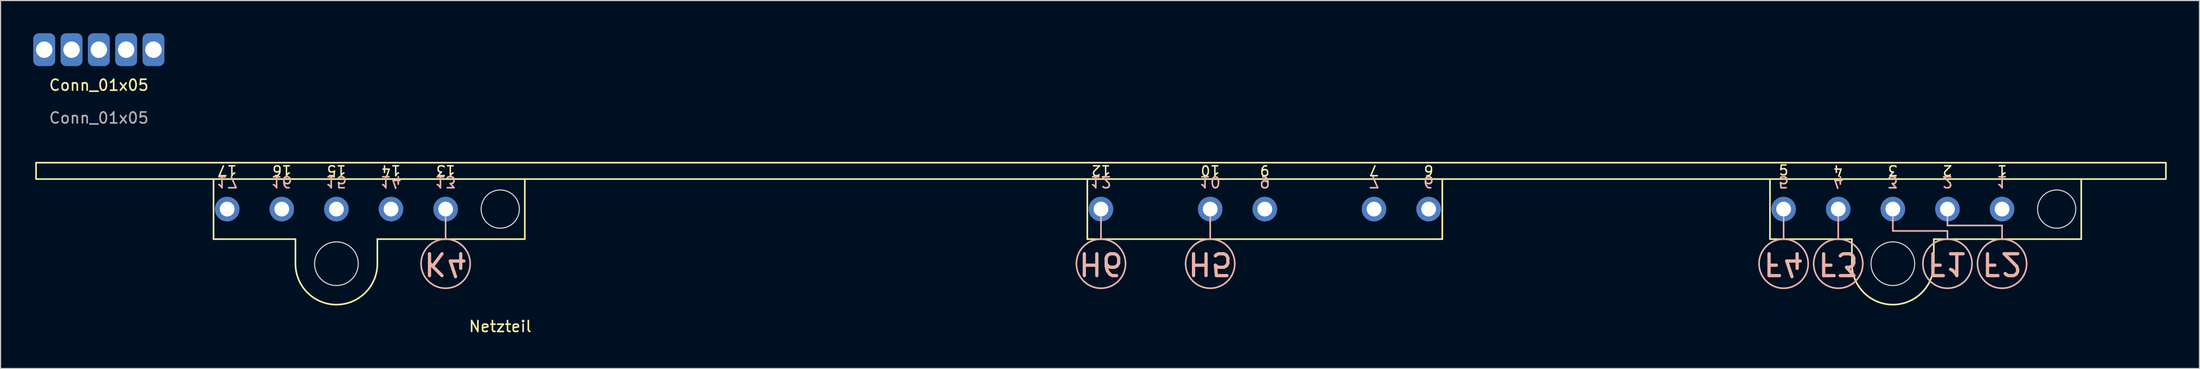
<source format=kicad_pcb>
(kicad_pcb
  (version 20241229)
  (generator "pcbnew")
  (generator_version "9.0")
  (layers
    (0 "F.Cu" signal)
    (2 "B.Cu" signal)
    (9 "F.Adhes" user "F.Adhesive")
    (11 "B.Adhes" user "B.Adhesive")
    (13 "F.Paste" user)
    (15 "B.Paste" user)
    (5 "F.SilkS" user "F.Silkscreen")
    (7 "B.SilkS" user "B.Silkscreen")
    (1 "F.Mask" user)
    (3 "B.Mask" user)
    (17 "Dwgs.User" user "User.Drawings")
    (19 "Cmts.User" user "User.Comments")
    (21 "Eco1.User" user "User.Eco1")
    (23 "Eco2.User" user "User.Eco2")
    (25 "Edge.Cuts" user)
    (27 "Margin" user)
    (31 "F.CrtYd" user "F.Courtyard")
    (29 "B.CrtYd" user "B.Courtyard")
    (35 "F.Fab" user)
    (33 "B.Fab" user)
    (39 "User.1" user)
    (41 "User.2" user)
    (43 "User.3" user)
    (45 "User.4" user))
  (footprint "Netzteil"
    (layer "F.Cu")
    (at 0.25 11.848)
    (property "Reference" "Netzteil" (at 42.5 15 0) (unlocked yes) (layer "F.SilkS") (effects (font (size 1 1) (thickness 0.15))))
    (attr through_hole)
    (fp_line (start 16.25 7) (end 16.25 1.5) (stroke (width 0.15) (type default)) (layer "F.SilkS"))
    (fp_line (start 23.75 7) (end 16.25 7) (stroke (width 0.15) (type default)) (layer "F.SilkS"))
    (fp_line (start 23.75 7) (end 23.75 9.25) (stroke (width 0.15) (type default)) (layer "F.SilkS"))
    (fp_line (start 31.25 7) (end 31.25 9.25) (stroke (width 0.15) (type default)) (layer "F.SilkS"))
    (fp_line (start 44.75 1.5) (end 44.75 7) (stroke (width 0.15) (type default)) (layer "F.SilkS"))
    (fp_line (start 44.75 7) (end 31.25 7) (stroke (width 0.15) (type default)) (layer "F.SilkS"))
    (fp_line (start 96.25 7) (end 96.25 1.5) (stroke (width 0.15) (type default)) (layer "F.SilkS"))
    (fp_line (start 128.75 1.5) (end 128.75 7) (stroke (width 0.15) (type default)) (layer "F.SilkS"))
    (fp_line (start 128.75 7) (end 96.25 7) (stroke (width 0.15) (type default)) (layer "F.SilkS"))
    (fp_line (start 158.75 7) (end 158.75 1.5) (stroke (width 0.15) (type default)) (layer "F.SilkS"))
    (fp_line (start 166.25 7) (end 158.75 7) (stroke (width 0.15) (type default)) (layer "F.SilkS"))
    (fp_line (start 166.25 7) (end 166.25 9.25) (stroke (width 0.15) (type default)) (layer "F.SilkS"))
    (fp_line (start 173.75 7) (end 173.75 9.25) (stroke (width 0.15) (type default)) (layer "F.SilkS"))
    (fp_line (start 187.25 1.5) (end 187.25 7) (stroke (width 0.15) (type default)) (layer "F.SilkS"))
    (fp_line (start 187.25 7) (end 173.75 7) (stroke (width 0.15) (type default)) (layer "F.SilkS"))
    (fp_rect (start 195 0) (end 0 1.5) (stroke (width 0.15) (type default)) (fill no) (layer "F.SilkS"))
    (fp_arc (start 31.25 9.25) (mid 27.5 13) (end 23.75 9.25) (stroke (width 0.15) (type default)) (layer "F.SilkS"))
    (fp_arc (start 173.75 9.25) (mid 170 13) (end 166.25 9.25) (stroke (width 0.15) (type default)) (layer "F.SilkS"))
    (fp_line (start 37.5 7) (end 37.5 5) (stroke (width 0.15) (type default)) (layer "B.SilkS"))
    (fp_line (start 97.5 7) (end 97.5 5) (stroke (width 0.15) (type default)) (layer "B.SilkS"))
    (fp_line (start 107.5 7) (end 107.5 5) (stroke (width 0.15) (type default)) (layer "B.SilkS"))
    (fp_line (start 160 7) (end 160 5) (stroke (width 0.15) (type default)) (layer "B.SilkS"))
    (fp_line (start 165 7) (end 165 5) (stroke (width 0.15) (type default)) (layer "B.SilkS"))
    (fp_line (start 170 6.25) (end 170 5) (stroke (width 0.15) (type default)) (layer "B.SilkS"))
    (fp_line (start 170 6.25) (end 175 6.25) (stroke (width 0.15) (type default)) (layer "B.SilkS"))
    (fp_line (start 175 5.75) (end 175 5) (stroke (width 0.15) (type default)) (layer "B.SilkS"))
    (fp_line (start 175 5.75) (end 180 5.75) (stroke (width 0.15) (type default)) (layer "B.SilkS"))
    (fp_line (start 175 7) (end 175 6.25) (stroke (width 0.15) (type default)) (layer "B.SilkS"))
    (fp_line (start 180 7) (end 180 5.75) (stroke (width 0.15) (type default)) (layer "B.SilkS"))
    (fp_circle (center 37.5 9.25) (end 35.25 9.25) (stroke (width 0.15) (type default)) (fill no) (layer "B.SilkS"))
    (fp_circle (center 97.5 9.25) (end 95.25 9.25) (stroke (width 0.15) (type default)) (fill no) (layer "B.SilkS"))
    (fp_circle (center 107.5 9.25) (end 105.25 9.25) (stroke (width 0.15) (type default)) (fill no) (layer "B.SilkS"))
    (fp_circle (center 160 9.25) (end 157.75 9.25) (stroke (width 0.15) (type default)) (fill no) (layer "B.SilkS"))
    (fp_circle (center 165 9.25) (end 162.75 9.25) (stroke (width 0.15) (type default)) (fill no) (layer "B.SilkS"))
    (fp_circle (center 175 9.25) (end 172.75 9.25) (stroke (width 0.15) (type default)) (fill no) (layer "B.SilkS"))
    (fp_circle (center 180 9.25) (end 177.75 9.25) (stroke (width 0.15) (type default)) (fill no) (layer "B.SilkS"))
    (fp_circle (center 27.5 9.25) (end 29.5 9.25) (stroke (width 0.1) (type default)) (fill no) (layer "Edge.Cuts"))
    (fp_circle (center 42.5 4.25) (end 44.25 4.25) (stroke (width 0.1) (type default)) (fill no) (layer "Edge.Cuts"))
    (fp_circle (center 170 9.25) (end 172 9.25) (stroke (width 0.1) (type default)) (fill no) (layer "Edge.Cuts"))
    (fp_circle (center 185 4.25) (end 186.75 4.25) (stroke (width 0.1) (type default)) (fill no) (layer "Edge.Cuts"))
    (fp_text user "7" (at 122.5 0.7 180) (unlocked yes) (layer "F.SilkS") (effects (font (size 0.9 0.9) (thickness 0.135))))
    (fp_text user "13" (at 37.5 0.7 180) (unlocked yes) (layer "F.SilkS") (effects (font (size 0.9 0.9) (thickness 0.135))))
    (fp_text user "4" (at 165 0.7 180) (unlocked yes) (layer "F.SilkS") (effects (font (size 0.9 0.9) (thickness 0.135))))
    (fp_text user "5" (at 160 0.7 0) (unlocked yes) (layer "F.SilkS") (effects (font (size 0.9 0.9) (thickness 0.135))))
    (fp_text user "12" (at 97.5 0.7 180) (unlocked yes) (layer "F.SilkS") (effects (font (size 0.9 0.9) (thickness 0.135))))
    (fp_text user "10" (at 107.5 0.7 180) (unlocked yes) (layer "F.SilkS") (effects (font (size 0.9 0.9) (thickness 0.135))))
    (fp_text user "17" (at 17.5 0.7 180) (unlocked yes) (layer "F.SilkS") (effects (font (size 0.9 0.9) (thickness 0.135))))
    (fp_text user "3" (at 170 0.7 180) (unlocked yes) (layer "F.SilkS") (effects (font (size 0.9 0.9) (thickness 0.135))))
    (fp_text user "14" (at 32.5 0.7 180) (unlocked yes) (layer "F.SilkS") (effects (font (size 0.9 0.9) (thickness 0.135))))
    (fp_text user "2" (at 175 0.7 180) (unlocked yes) (layer "F.SilkS") (effects (font (size 0.9 0.9) (thickness 0.135))))
    (fp_text user "1" (at 180 0.7 180) (unlocked yes) (layer "F.SilkS") (effects (font (size 0.9 0.9) (thickness 0.135))))
    (fp_text user "6" (at 127.5 0.7 180) (unlocked yes) (layer "F.SilkS") (effects (font (size 0.9 0.9) (thickness 0.135))))
    (fp_text user "16" (at 22.5 0.7 180) (unlocked yes) (layer "F.SilkS") (effects (font (size 0.9 0.9) (thickness 0.135))))
    (fp_text user "9" (at 112.5 0.7 180) (unlocked yes) (layer "F.SilkS") (effects (font (size 0.9 0.9) (thickness 0.135))))
    (fp_text user "15" (at 27.5 0.7 180) (unlocked yes) (layer "F.SilkS") (effects (font (size 0.9 0.9) (thickness 0.135))))
    (fp_text user "14" (at 32.5 1.75 180) (unlocked yes) (layer "B.SilkS") (effects (font (size 1 1) (thickness 0.15)) (justify mirror)))
    (fp_text user "15" (at 27.5 1.75 180) (unlocked yes) (layer "B.SilkS") (effects (font (size 1 1) (thickness 0.15)) (justify mirror)))
    (fp_text user "12" (at 97.5 1.75 180) (unlocked yes) (layer "B.SilkS") (effects (font (size 1 1) (thickness 0.15)) (justify mirror)))
    (fp_text user "F4" (at 160 9.25 180) (unlocked yes) (layer "B.SilkS") (effects (font (size 2 2) (thickness 0.3)) (justify mirror)))
    (fp_text user "F3" (at 165 9.25 180) (unlocked yes) (layer "B.SilkS") (effects (font (size 2 2) (thickness 0.3)) (justify mirror)))
    (fp_text user "9" (at 112.5 1.75 180) (unlocked yes) (layer "B.SilkS") (effects (font (size 1 1) (thickness 0.15)) (justify mirror)))
    (fp_text user "F1" (at 175 9.25 180) (unlocked yes) (layer "B.SilkS") (effects (font (size 2 2) (thickness 0.3)) (justify mirror)))
    (fp_text user "17" (at 17.5 1.75 180) (unlocked yes) (layer "B.SilkS") (effects (font (size 1 1) (thickness 0.15)) (justify mirror)))
    (fp_text user "16" (at 22.5 1.75 180) (unlocked yes) (layer "B.SilkS") (effects (font (size 1 1) (thickness 0.15)) (justify mirror)))
    (fp_text user "13" (at 37.5 1.75 180) (unlocked yes) (layer "B.SilkS") (effects (font (size 1 1) (thickness 0.15)) (justify mirror)))
    (fp_text user "H5" (at 107.5 9.25 180) (unlocked yes) (layer "B.SilkS") (effects (font (size 2 2) (thickness 0.3)) (justify mirror)))
    (fp_text user "3" (at 170 1.75 180) (unlocked yes) (layer "B.SilkS") (effects (font (size 1 1) (thickness 0.15)) (justify mirror)))
    (fp_text user "H6" (at 97.5 9.25 180) (unlocked yes) (layer "B.SilkS") (effects (font (size 2 2) (thickness 0.3)) (justify mirror)))
    (fp_text user "6" (at 127.5 1.75 180) (unlocked yes) (layer "B.SilkS") (effects (font (size 1 1) (thickness 0.15)) (justify mirror)))
    (fp_text user "1" (at 180 1.75 180) (unlocked yes) (layer "B.SilkS") (effects (font (size 1 1) (thickness 0.15)) (justify mirror)))
    (fp_text user "F2" (at 180 9.25 180) (unlocked yes) (layer "B.SilkS") (effects (font (size 2 2) (thickness 0.3)) (justify mirror)))
    (fp_text user "10" (at 107.5 1.75 180) (unlocked yes) (layer "B.SilkS") (effects (font (size 1 1) (thickness 0.15)) (justify mirror)))
    (fp_text user "4" (at 165 1.75 180) (unlocked yes) (layer "B.SilkS") (effects (font (size 1 1) (thickness 0.15)) (justify mirror)))
    (fp_text user "2" (at 175 1.75 180) (unlocked yes) (layer "B.SilkS") (effects (font (size 1 1) (thickness 0.15)) (justify mirror)))
    (fp_text user "7" (at 122.5 1.75 180) (unlocked yes) (layer "B.SilkS") (effects (font (size 1 1) (thickness 0.15)) (justify mirror)))
    (fp_text user "5" (at 160 1.75 180) (unlocked yes) (layer "B.SilkS") (effects (font (size 1 1) (thickness 0.15)) (justify mirror)))
    (fp_text user "K4" (at 37.5 9.25 180) (unlocked yes) (layer "B.SilkS") (effects (font (size 2 2) (thickness 0.3)) (justify mirror)))
    (pad "1" thru_hole circle (at 180 4.25) (size 2.25 2.25) (drill 1.35) (layers "*.Cu" "B.Mask") (remove_unused_layers yes) (keep_end_layers yes) (zone_layer_connections))
    (pad "2" thru_hole circle (at 175 4.25) (size 2.25 2.25) (drill 1.35) (layers "*.Cu" "B.Mask") (remove_unused_layers yes) (keep_end_layers yes) (zone_layer_connections))
    (pad "3" thru_hole circle (at 170 4.25) (size 2.25 2.25) (drill 1.35) (layers "*.Cu" "B.Mask") (remove_unused_layers yes) (keep_end_layers yes) (zone_layer_connections))
    (pad "4" thru_hole circle (at 165 4.25) (size 2.25 2.25) (drill 1.35) (layers "*.Cu" "B.Mask") (remove_unused_layers yes) (keep_end_layers yes) (zone_layer_connections))
    (pad "5" thru_hole circle (at 160 4.25) (size 2.25 2.25) (drill 1.35) (layers "*.Cu" "B.Mask") (remove_unused_layers yes) (keep_end_layers yes) (zone_layer_connections))
    (pad "6" thru_hole circle (at 127.5 4.25) (size 2.25 2.25) (drill 1.35) (layers "*.Cu" "B.Mask") (remove_unused_layers yes) (keep_end_layers yes) (zone_layer_connections))
    (pad "7" thru_hole circle (at 122.5 4.25) (size 2.25 2.25) (drill 1.35) (layers "*.Cu" "B.Mask") (remove_unused_layers yes) (keep_end_layers yes) (zone_layer_connections))
    (pad "9" thru_hole circle (at 112.5 4.25) (size 2.25 2.25) (drill 1.35) (layers "*.Cu" "B.Mask") (remove_unused_layers yes) (keep_end_layers yes) (zone_layer_connections))
    (pad "10" thru_hole circle (at 107.5 4.25) (size 2.25 2.25) (drill 1.35) (layers "*.Cu" "B.Mask") (remove_unused_layers yes) (keep_end_layers yes) (zone_layer_connections))
    (pad "12" thru_hole circle (at 97.5 4.25) (size 2.25 2.25) (drill 1.35) (layers "*.Cu" "B.Mask") (remove_unused_layers yes) (keep_end_layers yes) (zone_layer_connections))
    (pad "13" thru_hole circle (at 37.5 4.25) (size 2.25 2.25) (drill 1.35) (layers "*.Cu" "B.Mask") (remove_unused_layers yes) (keep_end_layers yes) (zone_layer_connections))
    (pad "14" thru_hole circle (at 32.5 4.25) (size 2.25 2.25) (drill 1.35) (layers "*.Cu" "B.Mask") (remove_unused_layers yes) (keep_end_layers yes) (zone_layer_connections))
    (pad "15" thru_hole circle (at 27.5 4.25) (size 2.25 2.25) (drill 1.35) (layers "*.Cu" "B.Mask") (remove_unused_layers yes) (keep_end_layers yes) (zone_layer_connections))
    (pad "16" thru_hole circle (at 22.5 4.25) (size 2.25 2.25) (drill 1.35) (layers "*.Cu" "B.Mask") (remove_unused_layers yes) (keep_end_layers yes) (zone_layer_connections))
    (pad "17" thru_hole circle (at 17.5 4.25) (size 2.25 2.25) (drill 1.35) (layers "*.Cu" "B.Mask") (remove_unused_layers yes) (keep_end_layers yes) (zone_layer_connections)))
  (footprint "Conn_01x05"
    (layer "F.Cu")
    (at 6 1.5)
    (property "Reference" "Conn_01x05" (at 0 3.25 0) (unlocked yes) (layer "F.SilkS") (effects (font (size 1 1) (thickness 0.15))))
    (attr through_hole)
    (fp_text user "${REFERENCE}" (at 0 6.25 0) (unlocked yes) (layer "F.Fab") (effects (font (size 1 1) (thickness 0.15))))
    (pad "1" thru_hole roundrect (at -5 0) (size 2 3) (drill 1.5) (layers "*.Cu" "*.Mask") (roundrect_rratio 0.25))
    (pad "2" thru_hole roundrect (at -2.5 0) (size 2 3) (drill 1.5) (layers "*.Cu" "*.Mask") (roundrect_rratio 0.25))
    (pad "3" thru_hole roundrect (at 0 0) (size 2 3) (drill 1.5) (layers "*.Cu" "*.Mask") (roundrect_rratio 0.25))
    (pad "4" thru_hole roundrect (at 2.5 0) (size 2 3) (drill 1.5) (layers "*.Cu" "*.Mask") (roundrect_rratio 0.25))
    (pad "5" thru_hole roundrect (at 5 0) (size 2 3) (drill 1.5) (layers "*.Cu" "*.Mask") (roundrect_rratio 0.25)))
  (gr_rect
    (start -3 -3)
    (end 198.325 30.697)
    (stroke (width 0.1) (type default))
    (fill no)
    (layer "Edge.Cuts")))
</source>
